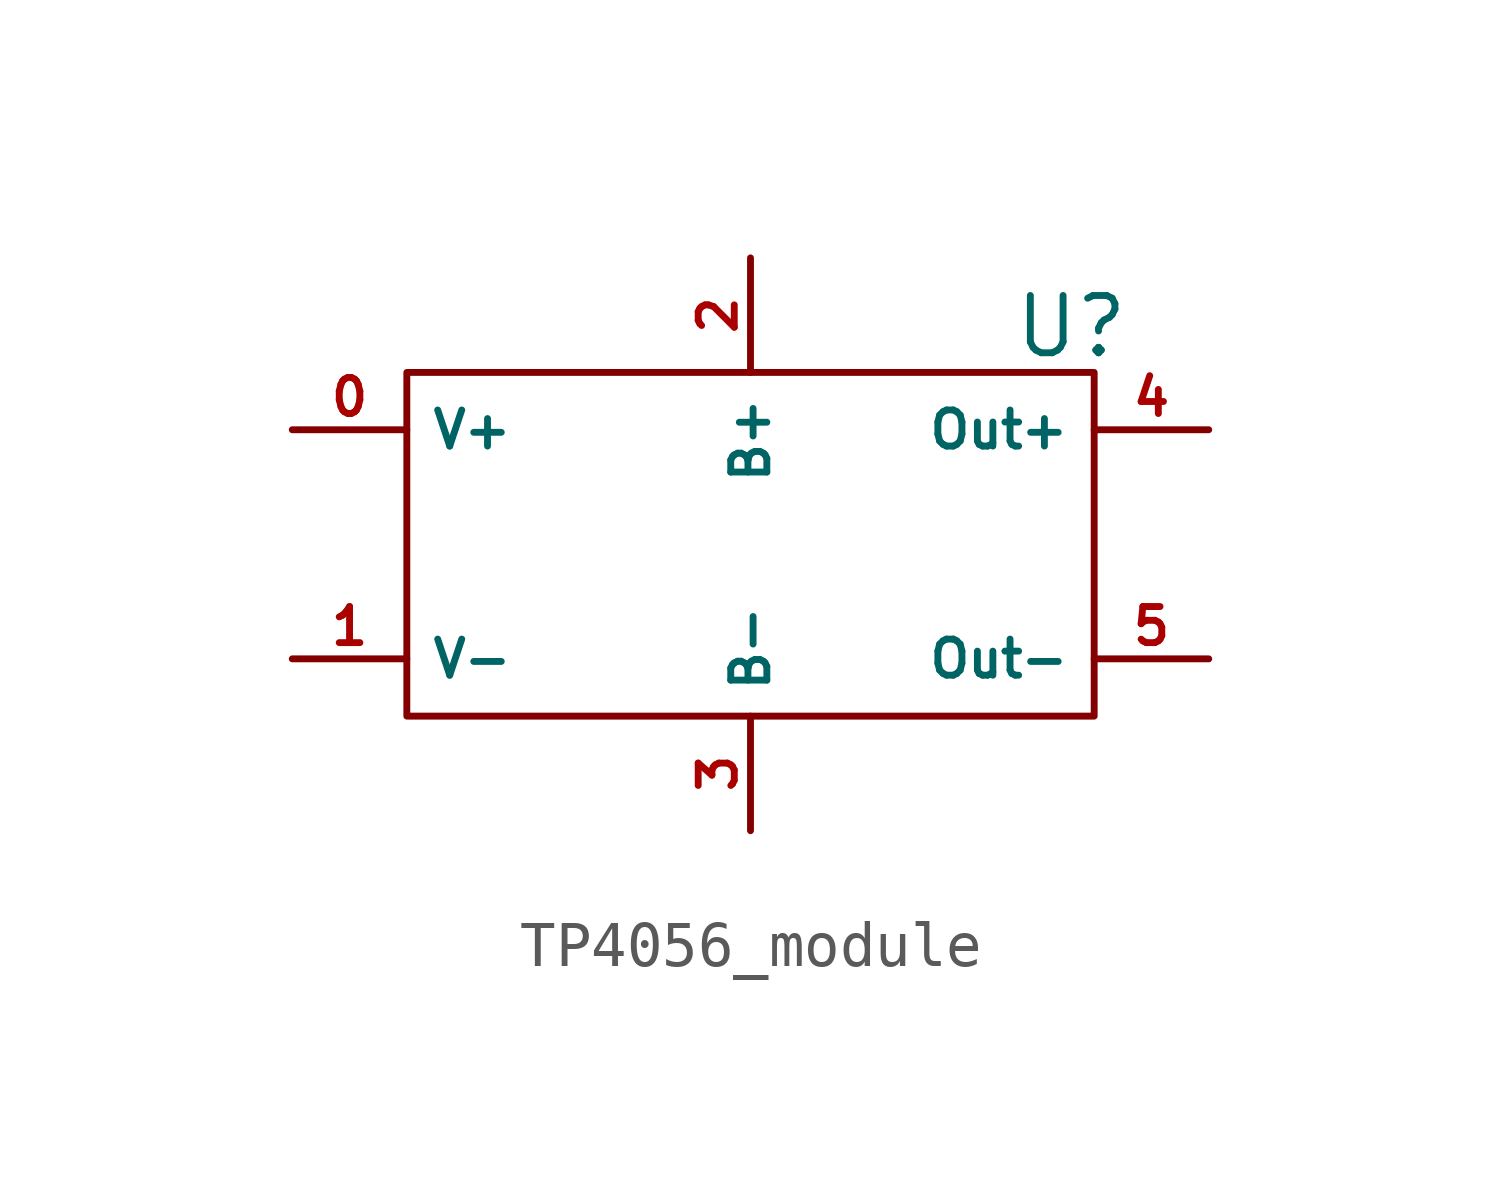
<source format=kicad_sym>
(kicad_symbol_lib
  (version 20241209)
  (generator "kicad_symbol_editor")
  (generator_version "9.0")
  (symbol "TP4056_module"
    (property "Reference" "U"
      (at -0.508 1.016 0)
      (effects (font (size 1.27 1.27))))
    (property "Value" ""
      (at 0 0 0)
      (effects (font (size 1.27 1.27))))
    (symbol "TP4056_module_0_1"
      (rectangle (start -15.24 0) (end 0 -7.62) (stroke (width 0) (type default)) (fill (type none))))
    (symbol "TP4056_module_1_1"
      (pin power_in line (at -17.78 -1.27 0) (length 2.54) (name "V+" (effects (font (size 0.8 0.8)))) (number "0" (effects (font (size 0.8 0.8)))))
      (pin power_in line (at -17.78 -6.35 0) (length 2.54) (name "V-" (effects (font (size 0.8 0.8)))) (number "1" (effects (font (size 0.8 0.8)))))
      (pin output line (at -7.62 2.54 270) (length 2.54) (name "B+" (effects (font (size 0.8 0.8)))) (number "2" (effects (font (size 0.8 0.8)))))
      (pin output line (at -7.62 -10.16 90) (length 2.54) (name "B-" (effects (font (size 0.8 0.8)))) (number "3" (effects (font (size 0.8 0.8)))))
      (pin output line (at 2.54 -1.27 180) (length 2.54) (name "Out+" (effects (font (size 0.8 0.8)))) (number "4" (effects (font (size 0.8 0.8)))))
      (pin output line (at 2.54 -6.35 180) (length 2.54) (name "Out-" (effects (font (size 0.8 0.8)))) (number "5" (effects (font (size 0.8 0.8))))))))
</source>
